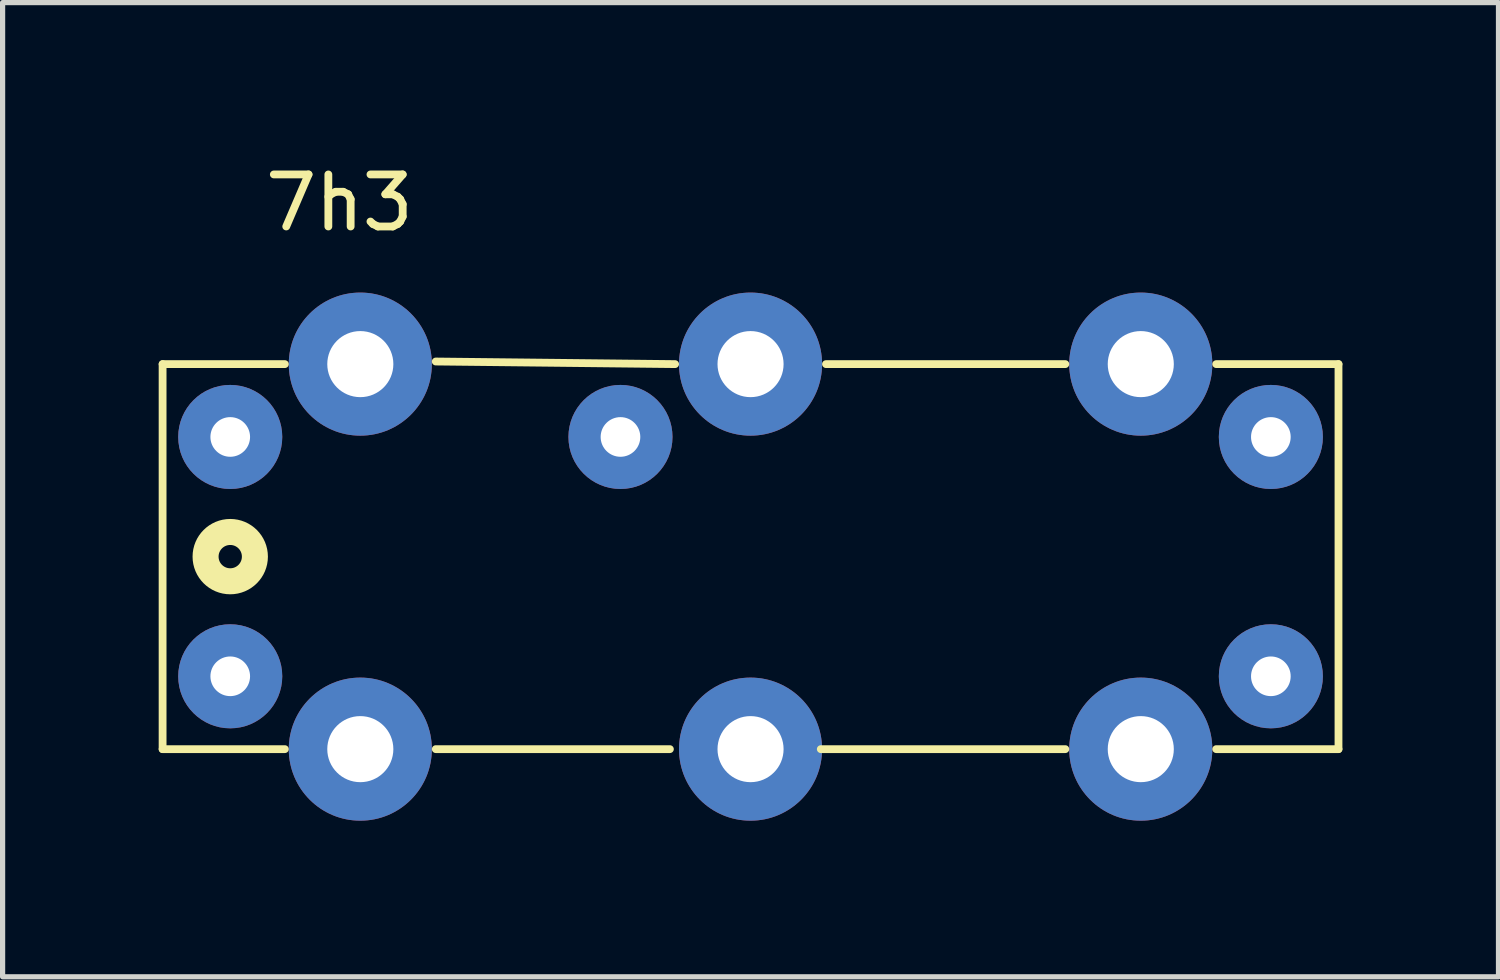
<source format=kicad_pcb>
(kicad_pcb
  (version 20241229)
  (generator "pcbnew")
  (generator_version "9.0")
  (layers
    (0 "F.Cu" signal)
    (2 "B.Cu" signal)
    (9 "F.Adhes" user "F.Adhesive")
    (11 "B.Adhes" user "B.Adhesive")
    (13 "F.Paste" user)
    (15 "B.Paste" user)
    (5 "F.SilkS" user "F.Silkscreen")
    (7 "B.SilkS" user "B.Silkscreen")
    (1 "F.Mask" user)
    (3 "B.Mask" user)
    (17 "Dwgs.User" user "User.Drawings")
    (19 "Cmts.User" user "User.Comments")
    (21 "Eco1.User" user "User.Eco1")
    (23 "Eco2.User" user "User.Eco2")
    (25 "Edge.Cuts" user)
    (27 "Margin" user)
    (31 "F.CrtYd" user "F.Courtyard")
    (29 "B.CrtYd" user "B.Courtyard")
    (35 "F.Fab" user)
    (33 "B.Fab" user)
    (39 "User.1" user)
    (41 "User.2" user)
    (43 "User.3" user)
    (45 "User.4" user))
  (footprint "7h3"
    (layer "F.Cu")
    (at 18.875 3.948)
    (property "Reference" "7h3" (at -15.4 -3.1 0) (layer "F.SilkS") (effects (font (size 1 1) (thickness 0.15))))
    (attr through_hole)
    (fp_line (start -18.8 0) (end -18.8 7.4) (stroke (width 0.15) (type solid)) (layer "F.SilkS"))
    (fp_line (start -18.8 7.4) (end -16.45 7.4) (stroke (width 0.15) (type solid)) (layer "F.SilkS"))
    (fp_line (start -16.45 0) (end -18.8 0) (stroke (width 0.15) (type solid)) (layer "F.SilkS"))
    (fp_line (start -13.55 -0.05) (end -8.95 0) (stroke (width 0.15) (type solid)) (layer "F.SilkS"))
    (fp_line (start -13.55 7.4) (end -9.05 7.4) (stroke (width 0.15) (type solid)) (layer "F.SilkS"))
    (fp_line (start -6.05 0) (end -1.45 0) (stroke (width 0.15) (type solid)) (layer "F.SilkS"))
    (fp_line (start -1.45 7.4) (end -6.15 7.4) (stroke (width 0.15) (type solid)) (layer "F.SilkS"))
    (fp_line (start 3.8 0) (end 1.45 0) (stroke (width 0.15) (type solid)) (layer "F.SilkS"))
    (fp_line (start 3.8 0) (end 3.8 7.4) (stroke (width 0.15) (type solid)) (layer "F.SilkS"))
    (fp_line (start 3.8 7.4) (end 1.45 7.4) (stroke (width 0.15) (type solid)) (layer "F.SilkS"))
    (fp_circle (center -17.5 3.7) (end -17.276 3.7) (stroke (width 0.5) (type solid)) (fill no) (layer "F.SilkS"))
    (pad "1" thru_hole circle (at -17.5 6) (size 2 2) (drill 0.762) (layers "*.Cu" "*.Mask"))
    (pad "2" thru_hole circle (at -17.5 1.4) (size 2 2) (drill 0.762) (layers "*.Cu" "*.Mask"))
    (pad "3" thru_hole circle (at -10 1.4) (size 2 2) (drill 0.762) (layers "*.Cu" "*.Mask"))
    (pad "4" thru_hole circle (at 2.5 1.4) (size 2 2) (drill 0.762) (layers "*.Cu" "*.Mask"))
    (pad "5" thru_hole circle (at 2.5 6) (size 2 2) (drill 0.762) (layers "*.Cu" "*.Mask"))
    (pad "6" thru_hole circle (at -15 0) (size 2.75 2.75) (drill 1.27) (layers "*.Cu" "*.Mask"))
    (pad "7" thru_hole circle (at -7.5 0) (size 2.75 2.75) (drill 1.27) (layers "*.Cu" "*.Mask"))
    (pad "8" thru_hole circle (at 0 0) (size 2.75 2.75) (drill 1.27) (layers "*.Cu" "*.Mask"))
    (pad "9" thru_hole circle (at 0 7.4) (size 2.75 2.75) (drill 1.27) (layers "*.Cu" "*.Mask"))
    (pad "10" thru_hole circle (at -7.5 7.4) (size 2.75 2.75) (drill 1.27) (layers "*.Cu" "*.Mask"))
    (pad "11" thru_hole circle (at -15 7.4) (size 2.75 2.75) (drill 1.27) (layers "*.Cu" "*.Mask")))
  (gr_rect
    (start -3 -3)
    (end 25.75 15.723)
    (stroke (width 0.1) (type default))
    (fill no)
    (layer "Edge.Cuts")))
</source>
